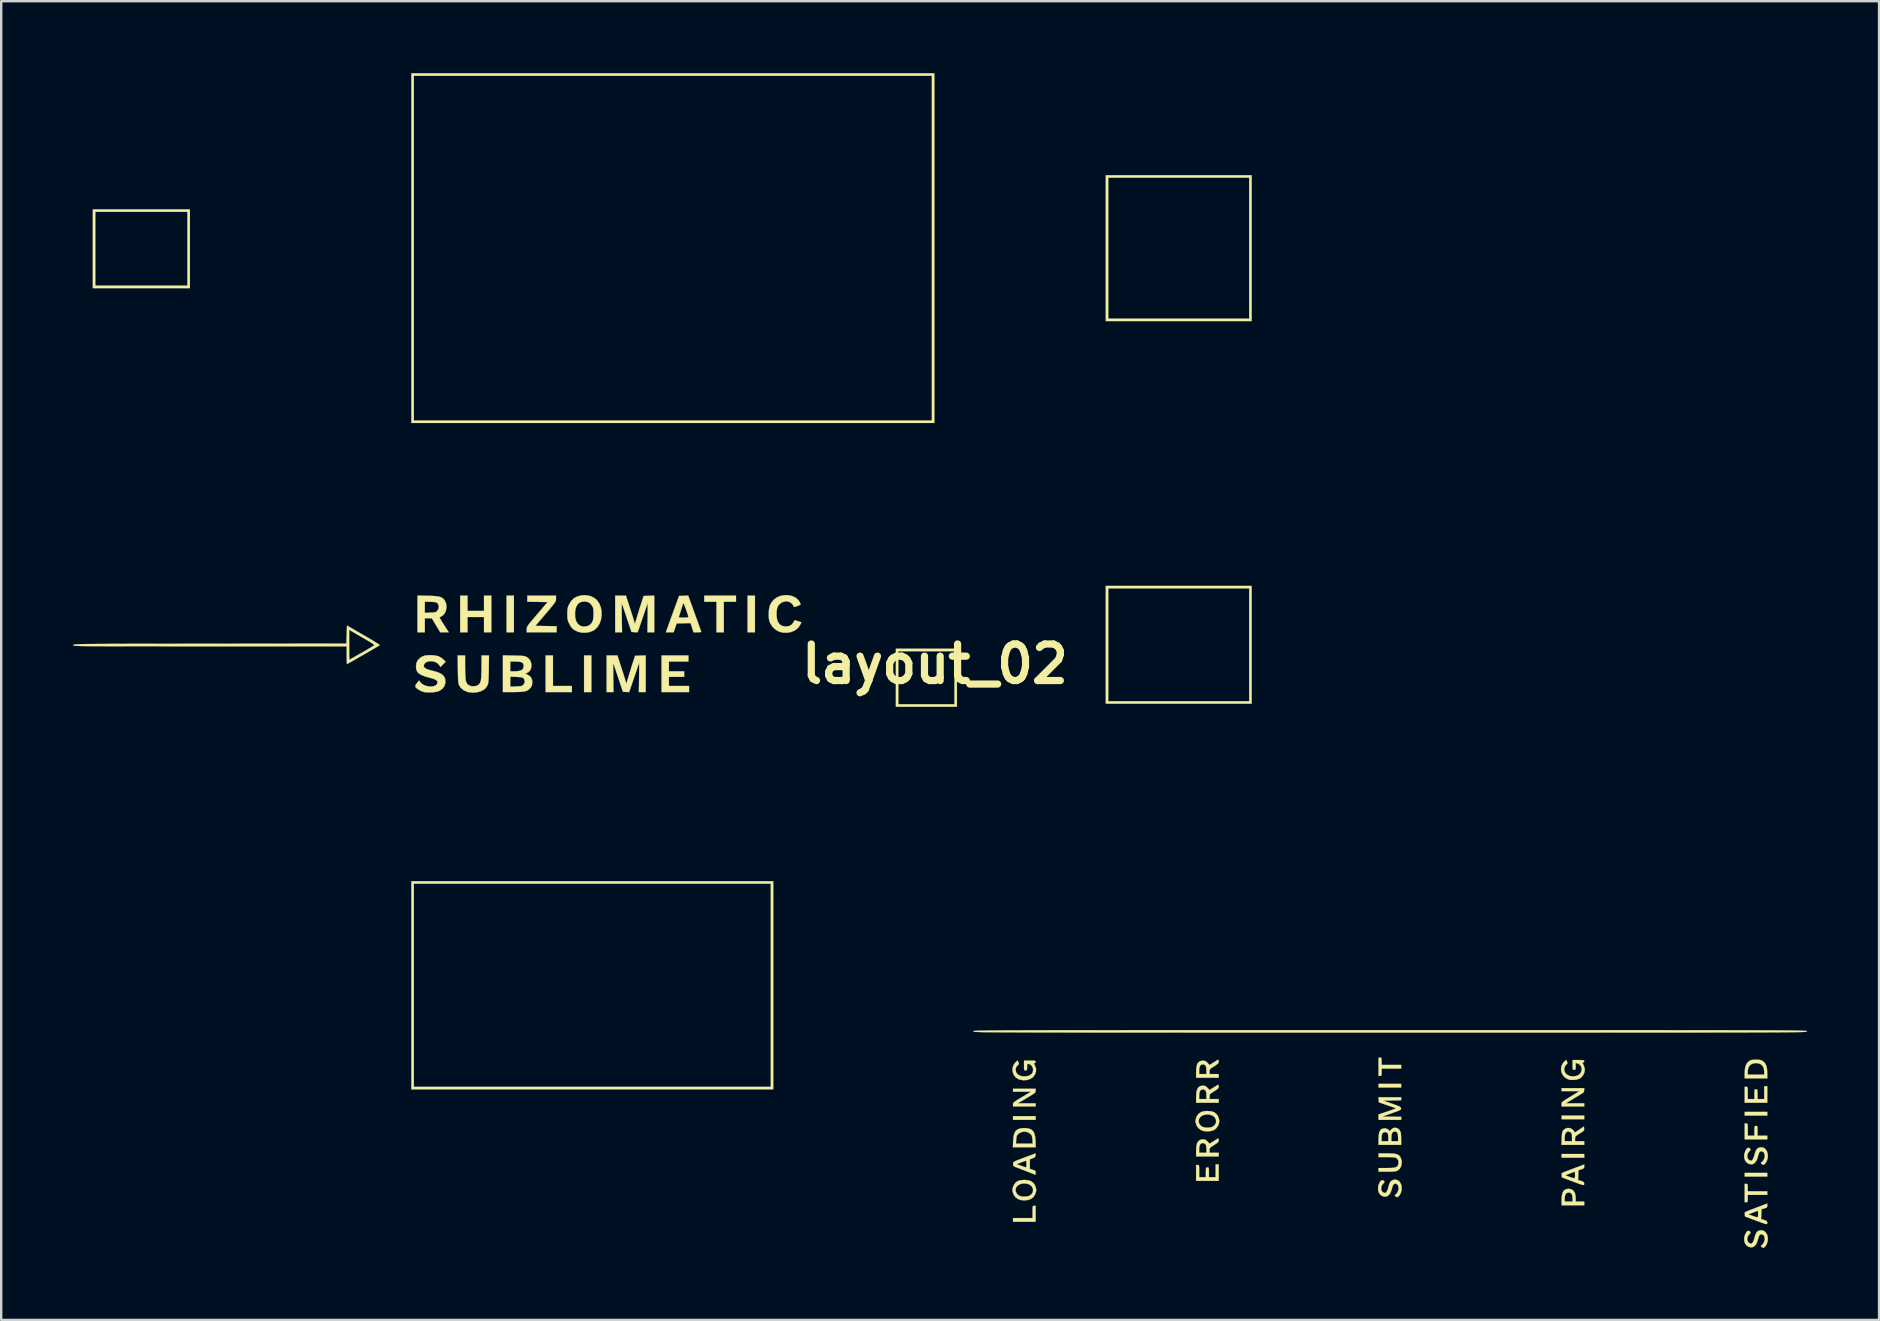
<source format=kicad_pcb>
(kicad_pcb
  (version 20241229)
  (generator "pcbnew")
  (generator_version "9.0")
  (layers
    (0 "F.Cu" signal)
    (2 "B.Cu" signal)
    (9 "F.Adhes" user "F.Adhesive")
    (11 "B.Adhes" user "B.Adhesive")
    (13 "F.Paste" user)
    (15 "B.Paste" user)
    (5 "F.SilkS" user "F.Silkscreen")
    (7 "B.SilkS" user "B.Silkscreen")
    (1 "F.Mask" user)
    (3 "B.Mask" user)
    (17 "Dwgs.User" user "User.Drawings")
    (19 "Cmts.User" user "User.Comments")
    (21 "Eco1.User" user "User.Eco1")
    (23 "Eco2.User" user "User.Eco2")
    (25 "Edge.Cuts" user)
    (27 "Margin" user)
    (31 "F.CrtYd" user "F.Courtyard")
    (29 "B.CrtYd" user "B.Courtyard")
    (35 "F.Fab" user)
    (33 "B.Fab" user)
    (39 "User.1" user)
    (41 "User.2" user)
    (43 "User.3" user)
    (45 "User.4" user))
  (footprint "layout_02"
    (layer "F.Cu")
    (at 35.906 24.617)
    (property "Reference" "layout_02" (at 0 0 0) (layer "F.SilkS") (effects (font (size 1.524 1.524) (thickness 0.3))))
    (attr through_hole)
    (fp_poly (pts (xy -17.544 -1.322) (xy -17.849 -1.322) (xy -17.849 -2.848) (xy -17.544 -2.848) (xy -17.544 -1.322)) (stroke (width 0.01) (type solid)) (fill yes) (layer "F.SilkS"))
    (fp_poly (pts (xy -14.315 1.17) (xy -14.62 1.17) (xy -14.62 -0.356) (xy -14.315 -0.356) (xy -14.315 1.17)) (stroke (width 0.01) (type solid)) (fill yes) (layer "F.SilkS"))
    (fp_poly (pts (xy -7.5 -1.322) (xy -7.806 -1.322) (xy -7.806 -2.848) (xy -7.5 -2.848) (xy -7.5 -1.322)) (stroke (width 0.01) (type solid)) (fill yes) (layer "F.SilkS"))
    (fp_poly (pts (xy 4.195 18.993) (xy 3.254 18.993) (xy 3.254 18.84) (xy 4.195 18.84) (xy 4.195 18.993)) (stroke (width 0.01) (type solid)) (fill yes) (layer "F.SilkS"))
    (fp_poly (pts (xy 19.425 17.645) (xy 18.484 17.645) (xy 18.484 17.493) (xy 19.425 17.493) (xy 19.425 17.645)) (stroke (width 0.01) (type solid)) (fill yes) (layer "F.SilkS"))
    (fp_poly (pts (xy 27.053 18.967) (xy 26.112 18.967) (xy 26.112 18.815) (xy 27.053 18.815) (xy 27.053 18.967)) (stroke (width 0.01) (type solid)) (fill yes) (layer "F.SilkS"))
    (fp_poly (pts (xy 27.053 20.569) (xy 26.112 20.569) (xy 26.112 20.417) (xy 27.053 20.417) (xy 27.053 20.569)) (stroke (width 0.01) (type solid)) (fill yes) (layer "F.SilkS"))
    (fp_poly (pts (xy 34.68 18.815) (xy 33.74 18.815) (xy 33.74 18.662) (xy 34.68 18.662) (xy 34.68 18.815)) (stroke (width 0.01) (type solid)) (fill yes) (layer "F.SilkS"))
    (fp_poly (pts (xy 34.68 21.357) (xy 33.74 21.357) (xy 33.74 21.205) (xy 34.68 21.205) (xy 34.68 21.357)) (stroke (width 0.01) (type solid)) (fill yes) (layer "F.SilkS"))
    (fp_poly (pts (xy -15.916 0.915) (xy -15.128 0.915) (xy -15.128 1.17) (xy -16.221 1.17) (xy -16.221 -0.356) (xy -15.916 -0.356) (xy -15.916 0.915)) (stroke (width 0.01) (type solid)) (fill yes) (layer "F.SilkS"))
    (fp_poly (pts (xy -8.289 -2.593) (xy -8.797 -2.593) (xy -8.797 -1.322) (xy -9.102 -1.322) (xy -9.102 -2.593) (xy -9.611 -2.593) (xy -9.611 -2.848) (xy -8.289 -2.848) (xy -8.289 -2.593)) (stroke (width 0.01) (type solid)) (fill yes) (layer "F.SilkS"))
    (fp_poly (pts (xy -31.044 -15.662) (xy -35.087 -15.662) (xy -35.087 -18.84) (xy -34.985 -18.84) (xy -34.985 -15.764) (xy -31.146 -15.764) (xy -31.146 -18.84) (xy -34.985 -18.84) (xy -35.087 -18.84) (xy -35.087 -18.942) (xy -31.044 -18.942) (xy -31.044 -15.662)) (stroke (width 0.01) (type solid)) (fill yes) (layer "F.SilkS"))
    (fp_poly (pts (xy -6.738 17.722) (xy -21.815 17.722) (xy -21.815 9.153) (xy -21.713 9.153) (xy -21.713 17.62) (xy -6.839 17.62) (xy -6.839 9.153) (xy -21.713 9.153) (xy -21.815 9.153) (xy -21.815 9.051) (xy -6.738 9.051) (xy -6.738 17.722)) (stroke (width 0.01) (type solid)) (fill yes) (layer "F.SilkS"))
    (fp_poly (pts (xy -0.025 -10.043) (xy -21.815 -10.043) (xy -21.815 -24.51) (xy -21.713 -24.51) (xy -21.713 -10.145) (xy -0.127 -10.145) (xy -0.127 -24.51) (xy -21.713 -24.51) (xy -21.815 -24.51) (xy -21.815 -24.612) (xy -0.025 -24.612) (xy -0.025 -10.043)) (stroke (width 0.01) (type solid)) (fill yes) (layer "F.SilkS"))
    (fp_poly (pts (xy 0.915 1.78) (xy -1.627 1.78) (xy -1.627 -0.534) (xy -1.526 -0.534) (xy -1.526 1.678) (xy 0.814 1.678) (xy 0.814 -0.534) (xy -1.526 -0.534) (xy -1.627 -0.534) (xy -1.627 -0.636) (xy 0.915 -0.636) (xy 0.915 1.78)) (stroke (width 0.01) (type solid)) (fill yes) (layer "F.SilkS"))
    (fp_poly (pts (xy 13.196 -14.289) (xy 7.119 -14.289) (xy 7.119 -20.264) (xy 7.221 -20.264) (xy 7.221 -14.391) (xy 13.094 -14.391) (xy 13.094 -20.264) (xy 7.221 -20.264) (xy 7.119 -20.264) (xy 7.119 -20.366) (xy 13.196 -20.366) (xy 13.196 -14.289)) (stroke (width 0.01) (type solid)) (fill yes) (layer "F.SilkS"))
    (fp_poly (pts (xy 13.196 1.653) (xy 7.119 1.653) (xy 7.119 -3.153) (xy 7.221 -3.153) (xy 7.221 1.551) (xy 13.094 1.551) (xy 13.094 -3.153) (xy 7.221 -3.153) (xy 7.119 -3.153) (xy 7.119 -3.254) (xy 13.196 -3.254) (xy 13.196 1.653)) (stroke (width 0.01) (type solid)) (fill yes) (layer "F.SilkS"))
    (fp_poly (pts (xy -19.476 -2.212) (xy -18.789 -2.212) (xy -18.789 -2.848) (xy -18.484 -2.848) (xy -18.484 -1.322) (xy -18.789 -1.322) (xy -18.789 -1.958) (xy -19.476 -1.958) (xy -19.476 -1.322) (xy -19.781 -1.322) (xy -19.781 -2.848) (xy -19.476 -2.848) (xy -19.476 -2.212)) (stroke (width 0.01) (type solid)) (fill yes) (layer "F.SilkS"))
    (fp_poly (pts (xy -10.272 -0.102) (xy -11.085 -0.102) (xy -11.085 0.305) (xy -10.45 0.305) (xy -10.45 0.534) (xy -11.085 0.534) (xy -11.085 0.915) (xy -10.246 0.915) (xy -10.246 1.17) (xy -11.391 1.17) (xy -11.391 -0.356) (xy -10.272 -0.356) (xy -10.272 -0.102)) (stroke (width 0.01) (type solid)) (fill yes) (layer "F.SilkS"))
    (fp_poly (pts (xy 4.195 23.239) (xy 3.254 23.239) (xy 3.254 23.086) (xy 4.068 23.086) (xy 4.068 22.832) (xy 4.068 22.717) (xy 4.071 22.643) (xy 4.079 22.601) (xy 4.093 22.583) (xy 4.116 22.578) (xy 4.132 22.578) (xy 4.195 22.578) (xy 4.195 23.239)) (stroke (width 0.01) (type solid)) (fill yes) (layer "F.SilkS"))
    (fp_poly (pts (xy 18.583 16.403) (xy 18.602 16.42) (xy 18.61 16.464) (xy 18.611 16.547) (xy 18.611 16.552) (xy 18.611 16.705) (xy 19.425 16.705) (xy 19.425 16.857) (xy 18.611 16.857) (xy 18.611 17.01) (xy 18.61 17.094) (xy 18.603 17.14) (xy 18.584 17.158) (xy 18.55 17.162) (xy 18.548 17.162) (xy 18.484 17.162) (xy 18.484 16.399) (xy 18.548 16.399) (xy 18.583 16.403)) (stroke (width 0.01) (type solid)) (fill yes) (layer "F.SilkS"))
    (fp_poly (pts (xy 33.838 21.666) (xy 33.857 21.683) (xy 33.865 21.727) (xy 33.867 21.81) (xy 33.867 21.815) (xy 33.867 21.968) (xy 34.68 21.968) (xy 34.68 22.12) (xy 33.867 22.12) (xy 33.867 22.273) (xy 33.865 22.357) (xy 33.858 22.403) (xy 33.84 22.422) (xy 33.805 22.425) (xy 33.803 22.425) (xy 33.74 22.425) (xy 33.74 21.662) (xy 33.803 21.662) (xy 33.838 21.666)) (stroke (width 0.01) (type solid)) (fill yes) (layer "F.SilkS"))
    (fp_poly (pts (xy 4.195 17.78) (xy 4.193 17.811) (xy 4.184 17.839) (xy 4.16 17.868) (xy 4.116 17.903) (xy 4.046 17.949) (xy 3.944 18.012) (xy 3.822 18.085) (xy 3.449 18.306) (xy 4.195 18.306) (xy 4.195 18.433) (xy 3.254 18.433) (xy 3.254 18.35) (xy 3.256 18.318) (xy 3.266 18.291) (xy 3.29 18.262) (xy 3.333 18.227) (xy 3.403 18.18) (xy 3.506 18.118) (xy 3.628 18.045) (xy 4.001 17.823) (xy 3.254 17.823) (xy 3.254 17.696) (xy 4.195 17.696) (xy 4.195 17.78)) (stroke (width 0.01) (type solid)) (fill yes) (layer "F.SilkS"))
    (fp_poly (pts (xy 33.832 19.147) (xy 33.85 19.158) (xy 33.861 19.187) (xy 33.865 19.244) (xy 33.867 19.339) (xy 33.867 19.4) (xy 33.867 19.654) (xy 34.146 19.654) (xy 34.146 19.45) (xy 34.147 19.35) (xy 34.151 19.289) (xy 34.162 19.259) (xy 34.183 19.248) (xy 34.21 19.247) (xy 34.241 19.249) (xy 34.26 19.263) (xy 34.27 19.298) (xy 34.273 19.365) (xy 34.273 19.45) (xy 34.273 19.654) (xy 34.68 19.654) (xy 34.68 19.806) (xy 33.74 19.806) (xy 33.74 19.145) (xy 33.803 19.145) (xy 33.832 19.147)) (stroke (width 0.01) (type solid)) (fill yes) (layer "F.SilkS"))
    (fp_poly (pts (xy 27.053 17.754) (xy 27.036 17.831) (xy 26.995 17.873) (xy 26.954 17.899) (xy 26.878 17.945) (xy 26.778 18.006) (xy 26.662 18.077) (xy 26.611 18.108) (xy 26.284 18.306) (xy 27.053 18.306) (xy 27.053 18.433) (xy 26.112 18.433) (xy 26.112 18.345) (xy 26.112 18.314) (xy 26.115 18.289) (xy 26.128 18.265) (xy 26.154 18.237) (xy 26.199 18.203) (xy 26.27 18.156) (xy 26.37 18.094) (xy 26.505 18.012) (xy 26.593 17.959) (xy 26.858 17.798) (xy 26.112 17.798) (xy 26.112 17.671) (xy 27.053 17.671) (xy 27.053 17.754)) (stroke (width 0.01) (type solid)) (fill yes) (layer "F.SilkS"))
    (fp_poly (pts (xy 11.823 21.535) (xy 10.882 21.535) (xy 10.882 20.874) (xy 10.946 20.874) (xy 10.974 20.876) (xy 10.993 20.887) (xy 11.003 20.916) (xy 11.008 20.973) (xy 11.009 21.068) (xy 11.009 21.129) (xy 11.009 21.383) (xy 11.289 21.383) (xy 11.289 21.179) (xy 11.29 21.078) (xy 11.294 21.018) (xy 11.305 20.988) (xy 11.326 20.977) (xy 11.352 20.976) (xy 11.384 20.978) (xy 11.403 20.992) (xy 11.412 21.027) (xy 11.416 21.094) (xy 11.416 21.179) (xy 11.416 21.383) (xy 11.696 21.383) (xy 11.696 20.849) (xy 11.823 20.849) (xy 11.823 21.535)) (stroke (width 0.01) (type solid)) (fill yes) (layer "F.SilkS"))
    (fp_poly (pts (xy 34.68 18.281) (xy 33.74 18.281) (xy 33.74 17.62) (xy 33.803 17.62) (xy 33.832 17.621) (xy 33.85 17.632) (xy 33.861 17.662) (xy 33.865 17.719) (xy 33.867 17.813) (xy 33.867 17.874) (xy 33.867 18.128) (xy 34.146 18.128) (xy 34.146 17.925) (xy 34.147 17.824) (xy 34.151 17.764) (xy 34.162 17.733) (xy 34.183 17.723) (xy 34.21 17.722) (xy 34.241 17.724) (xy 34.26 17.737) (xy 34.27 17.772) (xy 34.273 17.839) (xy 34.273 17.925) (xy 34.273 18.128) (xy 34.553 18.128) (xy 34.553 17.594) (xy 34.68 17.594) (xy 34.68 18.281)) (stroke (width 0.01) (type solid)) (fill yes) (layer "F.SilkS"))
    (fp_poly (pts (xy -15.789 -2.723) (xy -15.79 -2.684) (xy -15.794 -2.65) (xy -15.806 -2.614) (xy -15.829 -2.572) (xy -15.868 -2.517) (xy -15.924 -2.444) (xy -16.004 -2.348) (xy -16.109 -2.223) (xy -16.219 -2.094) (xy -16.649 -1.589) (xy -16.206 -1.582) (xy -15.764 -1.575) (xy -15.764 -1.322) (xy -17.01 -1.322) (xy -17.009 -1.443) (xy -17.008 -1.48) (xy -17.003 -1.514) (xy -16.99 -1.551) (xy -16.965 -1.594) (xy -16.925 -1.651) (xy -16.866 -1.726) (xy -16.784 -1.824) (xy -16.676 -1.952) (xy -16.573 -2.072) (xy -16.139 -2.581) (xy -16.984 -2.595) (xy -16.984 -2.848) (xy -15.789 -2.848) (xy -15.789 -2.723)) (stroke (width 0.01) (type solid)) (fill yes) (layer "F.SilkS"))
    (fp_poly (pts (xy 26.521 21.887) (xy 26.609 21.949) (xy 26.667 22.051) (xy 26.694 22.193) (xy 26.697 22.259) (xy 26.697 22.4) (xy 27.053 22.4) (xy 27.053 22.552) (xy 26.112 22.552) (xy 26.112 22.335) (xy 26.116 22.26) (xy 26.239 22.26) (xy 26.239 22.4) (xy 26.57 22.4) (xy 26.57 22.266) (xy 26.557 22.142) (xy 26.517 22.061) (xy 26.452 22.022) (xy 26.416 22.018) (xy 26.328 22.038) (xy 26.27 22.097) (xy 26.242 22.197) (xy 26.239 22.26) (xy 26.116 22.26) (xy 26.122 22.16) (xy 26.152 22.029) (xy 26.206 21.939) (xy 26.284 21.886) (xy 26.39 21.866) (xy 26.404 21.866) (xy 26.521 21.887)) (stroke (width 0.01) (type solid)) (fill yes) (layer "F.SilkS"))
    (fp_poly (pts (xy 3.878 19.348) (xy 3.996 19.385) (xy 4.082 19.454) (xy 4.141 19.557) (xy 4.176 19.7) (xy 4.191 19.876) (xy 4.201 20.137) (xy 3.249 20.137) (xy 3.254 19.984) (xy 3.376 19.984) (xy 4.074 19.984) (xy 4.064 19.82) (xy 4.052 19.717) (xy 4.032 19.648) (xy 3.996 19.595) (xy 3.992 19.591) (xy 3.891 19.518) (xy 3.771 19.484) (xy 3.646 19.491) (xy 3.528 19.538) (xy 3.477 19.576) (xy 3.433 19.621) (xy 3.407 19.667) (xy 3.393 19.733) (xy 3.386 19.816) (xy 3.376 19.984) (xy 3.254 19.984) (xy 3.258 19.876) (xy 3.275 19.692) (xy 3.311 19.551) (xy 3.371 19.449) (xy 3.459 19.383) (xy 3.579 19.346) (xy 3.725 19.336) (xy 3.878 19.348)) (stroke (width 0.01) (type solid)) (fill yes) (layer "F.SilkS"))
    (fp_poly (pts (xy 18.834 20.391) (xy 19.01 20.394) (xy 19.143 20.404) (xy 19.241 20.424) (xy 19.312 20.456) (xy 19.364 20.502) (xy 19.404 20.566) (xy 19.406 20.569) (xy 19.445 20.693) (xy 19.448 20.822) (xy 19.417 20.943) (xy 19.356 21.044) (xy 19.272 21.109) (xy 19.225 21.128) (xy 19.163 21.141) (xy 19.079 21.149) (xy 18.962 21.153) (xy 18.834 21.154) (xy 18.484 21.154) (xy 18.484 21.001) (xy 18.814 21.001) (xy 18.977 20.999) (xy 19.097 20.991) (xy 19.182 20.976) (xy 19.24 20.951) (xy 19.277 20.915) (xy 19.295 20.883) (xy 19.32 20.78) (xy 19.305 20.683) (xy 19.255 20.606) (xy 19.205 20.572) (xy 19.155 20.561) (xy 19.065 20.552) (xy 18.946 20.546) (xy 18.814 20.544) (xy 18.484 20.544) (xy 18.484 20.391) (xy 18.834 20.391)) (stroke (width 0.01) (type solid)) (fill yes) (layer "F.SilkS"))
    (fp_poly (pts (xy 34.319 16.491) (xy 34.394 16.5) (xy 34.449 16.519) (xy 34.499 16.549) (xy 34.582 16.628) (xy 34.638 16.731) (xy 34.669 16.866) (xy 34.68 17.04) (xy 34.68 17.041) (xy 34.68 17.264) (xy 33.74 17.264) (xy 33.74 17.041) (xy 33.744 16.983) (xy 33.867 16.983) (xy 33.867 17.111) (xy 34.553 17.111) (xy 34.553 16.983) (xy 34.534 16.841) (xy 34.479 16.735) (xy 34.389 16.664) (xy 34.264 16.631) (xy 34.21 16.628) (xy 34.073 16.648) (xy 33.97 16.705) (xy 33.901 16.798) (xy 33.869 16.927) (xy 33.867 16.983) (xy 33.744 16.983) (xy 33.75 16.867) (xy 33.782 16.732) (xy 33.838 16.629) (xy 33.92 16.55) (xy 33.921 16.549) (xy 33.973 16.518) (xy 34.029 16.499) (xy 34.105 16.49) (xy 34.21 16.488) (xy 34.319 16.491)) (stroke (width 0.01) (type solid)) (fill yes) (layer "F.SilkS"))
    (fp_poly (pts (xy 19.425 18.178) (xy 19.052 18.185) (xy 18.679 18.192) (xy 19.046 18.321) (xy 19.187 18.371) (xy 19.287 18.409) (xy 19.353 18.439) (xy 19.392 18.463) (xy 19.412 18.486) (xy 19.42 18.512) (xy 19.42 18.514) (xy 19.421 18.539) (xy 19.411 18.56) (xy 19.386 18.581) (xy 19.337 18.606) (xy 19.258 18.637) (xy 19.143 18.679) (xy 19.026 18.721) (xy 18.624 18.863) (xy 19.025 18.864) (xy 19.425 18.866) (xy 19.425 18.993) (xy 18.484 18.993) (xy 18.484 18.768) (xy 18.694 18.698) (xy 18.869 18.639) (xy 19.001 18.594) (xy 19.095 18.56) (xy 19.157 18.537) (xy 19.191 18.521) (xy 19.203 18.511) (xy 19.198 18.503) (xy 19.181 18.497) (xy 19.177 18.496) (xy 19.132 18.481) (xy 19.05 18.454) (xy 18.943 18.417) (xy 18.821 18.375) (xy 18.809 18.371) (xy 18.497 18.263) (xy 18.489 18.158) (xy 18.481 18.052) (xy 19.425 18.052) (xy 19.425 18.178)) (stroke (width 0.01) (type solid)) (fill yes) (layer "F.SilkS"))
    (fp_poly (pts (xy 27.048 19.354) (xy 27.051 19.393) (xy 27.046 19.423) (xy 27.026 19.451) (xy 26.983 19.485) (xy 26.909 19.533) (xy 26.826 19.584) (xy 26.745 19.636) (xy 26.699 19.674) (xy 26.678 19.71) (xy 26.672 19.758) (xy 26.671 19.781) (xy 26.671 19.883) (xy 27.053 19.883) (xy 27.053 20.035) (xy 26.107 20.035) (xy 26.116 19.77) (xy 26.118 19.73) (xy 26.239 19.73) (xy 26.239 19.883) (xy 26.544 19.883) (xy 26.544 19.719) (xy 26.542 19.626) (xy 26.531 19.569) (xy 26.509 19.533) (xy 26.488 19.515) (xy 26.404 19.478) (xy 26.334 19.487) (xy 26.28 19.539) (xy 26.247 19.631) (xy 26.239 19.73) (xy 26.118 19.73) (xy 26.122 19.643) (xy 26.131 19.556) (xy 26.145 19.495) (xy 26.166 19.45) (xy 26.178 19.433) (xy 26.26 19.362) (xy 26.359 19.33) (xy 26.462 19.338) (xy 26.556 19.385) (xy 26.61 19.443) (xy 26.664 19.523) (xy 26.852 19.398) (xy 27.04 19.272) (xy 27.048 19.354)) (stroke (width 0.01) (type solid)) (fill yes) (layer "F.SilkS"))
    (fp_poly (pts (xy 11.814 16.493) (xy 11.822 16.538) (xy 11.823 16.557) (xy 11.819 16.6) (xy 11.802 16.635) (xy 11.764 16.672) (xy 11.696 16.72) (xy 11.632 16.761) (xy 11.541 16.819) (xy 11.485 16.861) (xy 11.455 16.896) (xy 11.443 16.933) (xy 11.441 16.983) (xy 11.441 17.086) (xy 11.823 17.086) (xy 11.823 17.238) (xy 10.882 17.238) (xy 10.882 17.009) (xy 10.886 16.939) (xy 11.009 16.939) (xy 11.009 17.086) (xy 11.314 17.086) (xy 11.314 16.929) (xy 11.305 16.807) (xy 11.273 16.729) (xy 11.218 16.688) (xy 11.159 16.679) (xy 11.085 16.699) (xy 11.037 16.761) (xy 11.012 16.865) (xy 11.009 16.939) (xy 10.886 16.939) (xy 10.891 16.831) (xy 10.92 16.698) (xy 10.97 16.605) (xy 11.044 16.549) (xy 11.145 16.527) (xy 11.171 16.527) (xy 11.243 16.535) (xy 11.302 16.566) (xy 11.356 16.618) (xy 11.442 16.709) (xy 11.601 16.609) (xy 11.683 16.558) (xy 11.75 16.516) (xy 11.789 16.492) (xy 11.791 16.491) (xy 11.814 16.493)) (stroke (width 0.01) (type solid)) (fill yes) (layer "F.SilkS"))
    (fp_poly (pts (xy 11.814 17.536) (xy 11.822 17.581) (xy 11.823 17.599) (xy 11.819 17.642) (xy 11.802 17.678) (xy 11.764 17.715) (xy 11.696 17.762) (xy 11.632 17.803) (xy 11.541 17.862) (xy 11.485 17.903) (xy 11.455 17.938) (xy 11.443 17.975) (xy 11.441 18.025) (xy 11.441 18.128) (xy 11.823 18.128) (xy 11.823 18.281) (xy 10.882 18.281) (xy 10.882 18.051) (xy 10.886 17.981) (xy 11.009 17.981) (xy 11.009 18.128) (xy 11.314 18.128) (xy 11.314 17.971) (xy 11.305 17.85) (xy 11.273 17.771) (xy 11.218 17.73) (xy 11.159 17.722) (xy 11.085 17.742) (xy 11.037 17.803) (xy 11.012 17.908) (xy 11.009 17.981) (xy 10.886 17.981) (xy 10.891 17.874) (xy 10.92 17.74) (xy 10.97 17.648) (xy 11.044 17.592) (xy 11.145 17.57) (xy 11.171 17.569) (xy 11.243 17.577) (xy 11.302 17.608) (xy 11.356 17.66) (xy 11.442 17.751) (xy 11.601 17.652) (xy 11.683 17.601) (xy 11.75 17.559) (xy 11.789 17.535) (xy 11.791 17.534) (xy 11.814 17.536)) (stroke (width 0.01) (type solid)) (fill yes) (layer "F.SilkS"))
    (fp_poly (pts (xy 11.814 19.773) (xy 11.822 19.818) (xy 11.823 19.837) (xy 11.819 19.88) (xy 11.802 19.915) (xy 11.764 19.952) (xy 11.696 20) (xy 11.632 20.041) (xy 11.541 20.099) (xy 11.485 20.141) (xy 11.455 20.175) (xy 11.443 20.213) (xy 11.441 20.263) (xy 11.441 20.366) (xy 11.823 20.366) (xy 11.823 20.518) (xy 10.882 20.518) (xy 10.882 20.289) (xy 10.886 20.219) (xy 11.009 20.219) (xy 11.009 20.366) (xy 11.314 20.366) (xy 11.314 20.209) (xy 11.305 20.087) (xy 11.273 20.008) (xy 11.218 19.968) (xy 11.159 19.959) (xy 11.085 19.979) (xy 11.037 20.041) (xy 11.012 20.145) (xy 11.009 20.219) (xy 10.886 20.219) (xy 10.891 20.111) (xy 10.92 19.978) (xy 10.97 19.885) (xy 11.044 19.829) (xy 11.145 19.807) (xy 11.171 19.806) (xy 11.243 19.814) (xy 11.302 19.846) (xy 11.356 19.897) (xy 11.442 19.989) (xy 11.601 19.889) (xy 11.683 19.838) (xy 11.75 19.796) (xy 11.789 19.772) (xy 11.791 19.771) (xy 11.814 19.773)) (stroke (width 0.01) (type solid)) (fill yes) (layer "F.SilkS"))
    (fp_poly (pts (xy -21.122 -2.843) (xy -20.928 -2.837) (xy -20.778 -2.826) (xy -20.663 -2.808) (xy -20.576 -2.781) (xy -20.51 -2.742) (xy -20.456 -2.688) (xy -20.414 -2.628) (xy -20.365 -2.508) (xy -20.352 -2.376) (xy -20.371 -2.244) (xy -20.42 -2.124) (xy -20.496 -2.03) (xy -20.553 -1.992) (xy -20.608 -1.963) (xy -20.641 -1.944) (xy -20.642 -1.943) (xy -20.633 -1.919) (xy -20.597 -1.856) (xy -20.539 -1.76) (xy -20.459 -1.634) (xy -20.362 -1.482) (xy -20.296 -1.379) (xy -20.258 -1.322) (xy -20.613 -1.322) (xy -20.788 -1.614) (xy -20.963 -1.905) (xy -21.256 -1.907) (xy -21.256 -1.322) (xy -21.561 -1.322) (xy -21.561 -2.13) (xy -21.256 -2.13) (xy -21.023 -2.141) (xy -20.911 -2.147) (xy -20.838 -2.156) (xy -20.79 -2.17) (xy -20.756 -2.194) (xy -20.731 -2.221) (xy -20.682 -2.312) (xy -20.674 -2.412) (xy -20.708 -2.505) (xy -20.719 -2.521) (xy -20.747 -2.549) (xy -20.782 -2.567) (xy -20.836 -2.579) (xy -20.921 -2.586) (xy -21.012 -2.589) (xy -21.256 -2.598) (xy -21.256 -2.13) (xy -21.561 -2.13) (xy -21.561 -2.852) (xy -21.122 -2.843)) (stroke (width 0.01) (type solid)) (fill yes) (layer "F.SilkS"))
    (fp_poly (pts (xy -19.576 0.121) (xy -19.573 0.294) (xy -19.568 0.449) (xy -19.56 0.579) (xy -19.551 0.672) (xy -19.544 0.71) (xy -19.496 0.819) (xy -19.42 0.889) (xy -19.311 0.923) (xy -19.234 0.928) (xy -19.104 0.912) (xy -19.011 0.862) (xy -18.948 0.775) (xy -18.925 0.71) (xy -18.914 0.644) (xy -18.905 0.536) (xy -18.899 0.397) (xy -18.894 0.234) (xy -18.893 0.121) (xy -18.891 -0.356) (xy -18.582 -0.356) (xy -18.59 0.222) (xy -18.593 0.41) (xy -18.597 0.555) (xy -18.601 0.663) (xy -18.607 0.743) (xy -18.616 0.801) (xy -18.628 0.845) (xy -18.643 0.883) (xy -18.655 0.907) (xy -18.708 0.986) (xy -18.772 1.054) (xy -18.791 1.069) (xy -18.926 1.138) (xy -19.088 1.18) (xy -19.263 1.193) (xy -19.433 1.174) (xy -19.493 1.159) (xy -19.646 1.089) (xy -19.761 0.986) (xy -19.813 0.907) (xy -19.832 0.869) (xy -19.846 0.83) (xy -19.856 0.782) (xy -19.864 0.717) (xy -19.869 0.628) (xy -19.873 0.507) (xy -19.876 0.348) (xy -19.878 0.222) (xy -19.887 -0.356) (xy -19.578 -0.356) (xy -19.576 0.121)) (stroke (width 0.01) (type solid)) (fill yes) (layer "F.SilkS"))
    (fp_poly (pts (xy 19.266 19.341) (xy 19.342 19.397) (xy 19.396 19.484) (xy 19.409 19.53) (xy 19.417 19.593) (xy 19.422 19.689) (xy 19.425 19.798) (xy 19.425 19.822) (xy 19.425 20.035) (xy 18.484 20.035) (xy 18.484 19.806) (xy 18.487 19.732) (xy 18.611 19.732) (xy 18.611 19.883) (xy 18.891 19.883) (xy 18.891 19.741) (xy 18.89 19.721) (xy 19.018 19.721) (xy 19.018 19.883) (xy 19.298 19.883) (xy 19.298 19.719) (xy 19.289 19.599) (xy 19.262 19.522) (xy 19.213 19.483) (xy 19.165 19.476) (xy 19.092 19.493) (xy 19.046 19.546) (xy 19.022 19.639) (xy 19.018 19.721) (xy 18.89 19.721) (xy 18.884 19.624) (xy 18.861 19.549) (xy 18.818 19.51) (xy 18.765 19.501) (xy 18.689 19.515) (xy 18.641 19.559) (xy 18.617 19.64) (xy 18.611 19.732) (xy 18.487 19.732) (xy 18.491 19.636) (xy 18.514 19.511) (xy 18.556 19.425) (xy 18.619 19.373) (xy 18.707 19.351) (xy 18.752 19.349) (xy 18.841 19.366) (xy 18.898 19.409) (xy 18.951 19.469) (xy 19.012 19.396) (xy 19.09 19.337) (xy 19.178 19.32) (xy 19.266 19.341)) (stroke (width 0.01) (type solid)) (fill yes) (layer "F.SilkS"))
    (fp_poly (pts (xy 3.887 21.51) (xy 4.011 21.552) (xy 4.104 21.625) (xy 4.163 21.714) (xy 4.198 21.801) (xy 4.219 21.889) (xy 4.221 21.917) (xy 4.209 21.996) (xy 4.179 22.087) (xy 4.163 22.121) (xy 4.08 22.233) (xy 3.963 22.307) (xy 3.811 22.344) (xy 3.725 22.349) (xy 3.584 22.336) (xy 3.464 22.295) (xy 3.457 22.292) (xy 3.353 22.213) (xy 3.275 22.101) (xy 3.234 21.973) (xy 3.229 21.917) (xy 3.356 21.917) (xy 3.378 22.01) (xy 3.435 22.097) (xy 3.512 22.157) (xy 3.517 22.159) (xy 3.627 22.188) (xy 3.757 22.193) (xy 3.88 22.176) (xy 3.927 22.16) (xy 4.019 22.099) (xy 4.073 22.015) (xy 4.09 21.92) (xy 4.069 21.825) (xy 4.012 21.741) (xy 3.919 21.68) (xy 3.916 21.678) (xy 3.784 21.644) (xy 3.655 21.645) (xy 3.54 21.675) (xy 3.445 21.732) (xy 3.381 21.813) (xy 3.356 21.912) (xy 3.356 21.917) (xy 3.229 21.917) (xy 3.241 21.838) (xy 3.271 21.746) (xy 3.286 21.714) (xy 3.359 21.611) (xy 3.456 21.543) (xy 3.586 21.506) (xy 3.725 21.497) (xy 3.887 21.51)) (stroke (width 0.01) (type solid)) (fill yes) (layer "F.SilkS"))
    (fp_poly (pts (xy 11.514 18.637) (xy 11.639 18.679) (xy 11.732 18.752) (xy 11.791 18.841) (xy 11.826 18.928) (xy 11.846 19.016) (xy 11.848 19.044) (xy 11.836 19.122) (xy 11.807 19.214) (xy 11.791 19.248) (xy 11.708 19.36) (xy 11.59 19.434) (xy 11.439 19.471) (xy 11.352 19.476) (xy 11.211 19.463) (xy 11.091 19.422) (xy 11.085 19.419) (xy 10.98 19.34) (xy 10.903 19.228) (xy 10.861 19.1) (xy 10.857 19.044) (xy 10.984 19.044) (xy 11.006 19.137) (xy 11.062 19.224) (xy 11.139 19.284) (xy 11.144 19.286) (xy 11.255 19.315) (xy 11.385 19.32) (xy 11.508 19.303) (xy 11.555 19.287) (xy 11.646 19.226) (xy 11.7 19.142) (xy 11.717 19.047) (xy 11.697 18.952) (xy 11.64 18.868) (xy 11.547 18.807) (xy 11.544 18.805) (xy 11.412 18.771) (xy 11.283 18.771) (xy 11.167 18.802) (xy 11.073 18.859) (xy 11.009 18.939) (xy 10.984 19.039) (xy 10.984 19.044) (xy 10.857 19.044) (xy 10.869 18.965) (xy 10.899 18.873) (xy 10.914 18.841) (xy 10.986 18.738) (xy 11.084 18.67) (xy 11.214 18.633) (xy 11.352 18.624) (xy 11.514 18.637)) (stroke (width 0.01) (type solid)) (fill yes) (layer "F.SilkS"))
    (fp_poly (pts (xy -10.01 -2.101) (xy -9.943 -1.917) (xy -9.882 -1.748) (xy -9.829 -1.601) (xy -9.786 -1.48) (xy -9.756 -1.393) (xy -9.74 -1.345) (xy -9.738 -1.338) (xy -9.761 -1.33) (xy -9.822 -1.324) (xy -9.899 -1.322) (xy -10.06 -1.322) (xy -10.18 -1.705) (xy -10.472 -1.698) (xy -10.764 -1.691) (xy -10.825 -1.506) (xy -10.886 -1.322) (xy -11.211 -1.322) (xy -11.122 -1.57) (xy -11.085 -1.673) (xy -11.035 -1.811) (xy -10.979 -1.964) (xy -10.672 -1.964) (xy -10.665 -1.948) (xy -10.624 -1.938) (xy -10.543 -1.933) (xy -10.478 -1.932) (xy -10.383 -1.934) (xy -10.311 -1.94) (xy -10.275 -1.949) (xy -10.272 -1.951) (xy -10.281 -1.994) (xy -10.301 -2.066) (xy -10.331 -2.157) (xy -10.366 -2.258) (xy -10.402 -2.357) (xy -10.435 -2.444) (xy -10.463 -2.509) (xy -10.481 -2.542) (xy -10.485 -2.543) (xy -10.498 -2.503) (xy -10.523 -2.428) (xy -10.555 -2.328) (xy -10.579 -2.25) (xy -10.614 -2.142) (xy -10.644 -2.049) (xy -10.664 -1.986) (xy -10.672 -1.964) (xy -10.979 -1.964) (xy -10.976 -1.972) (xy -10.914 -2.145) (xy -10.851 -2.316) (xy -10.848 -2.326) (xy -10.662 -2.835) (xy -10.281 -2.85) (xy -10.01 -2.101)) (stroke (width 0.01) (type solid)) (fill yes) (layer "F.SilkS"))
    (fp_poly (pts (xy -12.052 1.17) (xy -12.336 1.17) (xy -12.327 0.561) (xy -12.325 0.392) (xy -12.324 0.241) (xy -12.323 0.116) (xy -12.323 0.024) (xy -12.324 -0.03) (xy -12.325 -0.04) (xy -12.335 -0.016) (xy -12.358 0.05) (xy -12.393 0.149) (xy -12.436 0.275) (xy -12.485 0.419) (xy -12.495 0.447) (xy -12.548 0.603) (xy -12.599 0.752) (xy -12.643 0.882) (xy -12.678 0.984) (xy -12.7 1.048) (xy -12.701 1.05) (xy -12.744 1.172) (xy -12.872 1.164) (xy -13.001 1.157) (xy -13.199 0.562) (xy -13.254 0.398) (xy -13.304 0.251) (xy -13.346 0.127) (xy -13.378 0.033) (xy -13.399 -0.024) (xy -13.405 -0.039) (xy -13.406 -0.017) (xy -13.407 0.049) (xy -13.407 0.152) (xy -13.406 0.286) (xy -13.405 0.443) (xy -13.403 0.561) (xy -13.394 1.17) (xy -13.679 1.17) (xy -13.679 -0.356) (xy -13.23 -0.356) (xy -13.088 0.083) (xy -13.038 0.236) (xy -12.991 0.384) (xy -12.949 0.516) (xy -12.918 0.619) (xy -12.902 0.672) (xy -12.859 0.822) (xy -12.736 0.417) (xy -12.689 0.265) (xy -12.643 0.115) (xy -12.6 -0.02) (xy -12.565 -0.127) (xy -12.553 -0.165) (xy -12.492 -0.343) (xy -12.052 -0.358) (xy -12.052 1.17)) (stroke (width 0.01) (type solid)) (fill yes) (layer "F.SilkS"))
    (fp_poly (pts (xy -11.696 -1.322) (xy -11.98 -1.322) (xy -11.971 -1.93) (xy -11.969 -2.1) (xy -11.968 -2.25) (xy -11.967 -2.375) (xy -11.967 -2.468) (xy -11.968 -2.522) (xy -11.969 -2.532) (xy -11.979 -2.507) (xy -12.002 -2.442) (xy -12.037 -2.342) (xy -12.08 -2.217) (xy -12.129 -2.073) (xy -12.139 -2.045) (xy -12.192 -1.888) (xy -12.243 -1.74) (xy -12.287 -1.61) (xy -12.322 -1.508) (xy -12.344 -1.444) (xy -12.345 -1.442) (xy -12.388 -1.32) (xy -12.516 -1.327) (xy -12.645 -1.335) (xy -12.843 -1.929) (xy -12.898 -2.094) (xy -12.948 -2.241) (xy -12.99 -2.365) (xy -13.022 -2.459) (xy -13.043 -2.516) (xy -13.049 -2.531) (xy -13.05 -2.509) (xy -13.051 -2.443) (xy -13.051 -2.339) (xy -13.05 -2.206) (xy -13.049 -2.049) (xy -13.047 -1.93) (xy -13.038 -1.322) (xy -13.323 -1.322) (xy -13.323 -2.848) (xy -12.874 -2.848) (xy -12.732 -2.409) (xy -12.682 -2.256) (xy -12.635 -2.108) (xy -12.594 -1.976) (xy -12.562 -1.873) (xy -12.546 -1.82) (xy -12.503 -1.67) (xy -12.38 -2.074) (xy -12.334 -2.226) (xy -12.287 -2.377) (xy -12.244 -2.512) (xy -12.209 -2.619) (xy -12.197 -2.657) (xy -12.136 -2.835) (xy -11.916 -2.842) (xy -11.696 -2.85) (xy -11.696 -1.322)) (stroke (width 0.01) (type solid)) (fill yes) (layer "F.SilkS"))
    (fp_poly (pts (xy 34.68 22.563) (xy 34.676 22.614) (xy 34.654 22.645) (xy 34.603 22.669) (xy 34.56 22.683) (xy 34.439 22.72) (xy 34.424 23.13) (xy 34.542 23.163) (xy 34.627 23.194) (xy 34.669 23.231) (xy 34.679 23.285) (xy 34.676 23.311) (xy 34.67 23.327) (xy 34.655 23.335) (xy 34.623 23.333) (xy 34.57 23.319) (xy 34.488 23.292) (xy 34.372 23.25) (xy 34.215 23.192) (xy 34.21 23.19) (xy 33.752 23.018) (xy 33.745 22.933) (xy 33.892 22.933) (xy 33.892 22.933) (xy 33.921 22.942) (xy 33.983 22.964) (xy 34.067 22.994) (xy 34.07 22.996) (xy 34.176 23.033) (xy 34.243 23.052) (xy 34.28 23.047) (xy 34.295 23.017) (xy 34.299 22.958) (xy 34.299 22.921) (xy 34.298 22.844) (xy 34.294 22.794) (xy 34.291 22.781) (xy 34.264 22.789) (xy 34.206 22.81) (xy 34.128 22.839) (xy 34.046 22.87) (xy 33.97 22.9) (xy 33.914 22.922) (xy 33.892 22.933) (xy 33.745 22.933) (xy 33.745 22.928) (xy 33.741 22.901) (xy 33.738 22.881) (xy 33.741 22.863) (xy 33.755 22.846) (xy 33.786 22.826) (xy 33.838 22.802) (xy 33.916 22.77) (xy 34.026 22.728) (xy 34.173 22.672) (xy 34.361 22.601) (xy 34.382 22.594) (xy 34.68 22.481) (xy 34.68 22.563)) (stroke (width 0.01) (type solid)) (fill yes) (layer "F.SilkS"))
    (fp_poly (pts (xy 27.053 20.936) (xy 27.048 20.986) (xy 27.027 21.017) (xy 26.975 21.041) (xy 26.932 21.055) (xy 26.811 21.093) (xy 26.804 21.298) (xy 26.796 21.503) (xy 26.914 21.536) (xy 26.999 21.566) (xy 27.042 21.604) (xy 27.051 21.657) (xy 27.048 21.684) (xy 27.042 21.7) (xy 27.027 21.708) (xy 26.996 21.706) (xy 26.942 21.692) (xy 26.861 21.665) (xy 26.745 21.623) (xy 26.587 21.564) (xy 26.582 21.563) (xy 26.125 21.391) (xy 26.117 21.306) (xy 26.264 21.306) (xy 26.264 21.306) (xy 26.293 21.315) (xy 26.356 21.337) (xy 26.44 21.367) (xy 26.442 21.368) (xy 26.548 21.406) (xy 26.615 21.424) (xy 26.652 21.42) (xy 26.668 21.389) (xy 26.671 21.33) (xy 26.671 21.294) (xy 26.67 21.217) (xy 26.667 21.166) (xy 26.663 21.154) (xy 26.636 21.162) (xy 26.578 21.183) (xy 26.501 21.211) (xy 26.418 21.243) (xy 26.342 21.272) (xy 26.287 21.295) (xy 26.264 21.306) (xy 26.117 21.306) (xy 26.117 21.301) (xy 26.113 21.274) (xy 26.11 21.253) (xy 26.113 21.236) (xy 26.128 21.218) (xy 26.158 21.199) (xy 26.21 21.175) (xy 26.289 21.143) (xy 26.399 21.1) (xy 26.545 21.045) (xy 26.734 20.974) (xy 26.754 20.967) (xy 27.053 20.854) (xy 27.053 20.936)) (stroke (width 0.01) (type solid)) (fill yes) (layer "F.SilkS"))
    (fp_poly (pts (xy 19.281 21.507) (xy 19.358 21.568) (xy 19.414 21.659) (xy 19.444 21.77) (xy 19.447 21.891) (xy 19.421 22.015) (xy 19.366 22.123) (xy 19.307 22.193) (xy 19.253 22.215) (xy 19.201 22.189) (xy 19.187 22.175) (xy 19.159 22.138) (xy 19.166 22.119) (xy 19.182 22.111) (xy 19.231 22.072) (xy 19.277 22.002) (xy 19.311 21.92) (xy 19.323 21.853) (xy 19.307 21.749) (xy 19.264 21.68) (xy 19.196 21.65) (xy 19.184 21.65) (xy 19.142 21.656) (xy 19.109 21.68) (xy 19.08 21.731) (xy 19.051 21.815) (xy 19.017 21.94) (xy 18.972 22.05) (xy 18.903 22.136) (xy 18.82 22.187) (xy 18.765 22.196) (xy 18.65 22.174) (xy 18.558 22.114) (xy 18.495 22.022) (xy 18.464 21.908) (xy 18.467 21.779) (xy 18.508 21.645) (xy 18.562 21.552) (xy 18.617 21.508) (xy 18.672 21.512) (xy 18.701 21.536) (xy 18.729 21.572) (xy 18.726 21.6) (xy 18.689 21.639) (xy 18.68 21.647) (xy 18.619 21.729) (xy 18.592 21.82) (xy 18.596 21.91) (xy 18.632 21.984) (xy 18.698 22.03) (xy 18.755 22.042) (xy 18.796 22.021) (xy 18.815 21.999) (xy 18.848 21.94) (xy 18.878 21.856) (xy 18.889 21.813) (xy 18.928 21.671) (xy 18.978 21.573) (xy 19.044 21.514) (xy 19.131 21.487) (xy 19.184 21.484) (xy 19.281 21.507)) (stroke (width 0.01) (type solid)) (fill yes) (layer "F.SilkS"))
    (fp_poly (pts (xy 34.536 20.159) (xy 34.613 20.221) (xy 34.669 20.311) (xy 34.699 20.422) (xy 34.703 20.544) (xy 34.676 20.667) (xy 34.622 20.776) (xy 34.562 20.846) (xy 34.509 20.867) (xy 34.456 20.841) (xy 34.442 20.828) (xy 34.414 20.79) (xy 34.422 20.771) (xy 34.437 20.764) (xy 34.486 20.724) (xy 34.532 20.654) (xy 34.567 20.573) (xy 34.578 20.506) (xy 34.562 20.402) (xy 34.519 20.332) (xy 34.451 20.303) (xy 34.439 20.302) (xy 34.397 20.309) (xy 34.364 20.333) (xy 34.335 20.383) (xy 34.306 20.467) (xy 34.272 20.592) (xy 34.227 20.703) (xy 34.158 20.788) (xy 34.075 20.839) (xy 34.02 20.849) (xy 33.905 20.827) (xy 33.814 20.766) (xy 33.751 20.675) (xy 33.719 20.561) (xy 33.722 20.432) (xy 33.763 20.298) (xy 33.817 20.205) (xy 33.873 20.16) (xy 33.927 20.164) (xy 33.956 20.188) (xy 33.984 20.224) (xy 33.981 20.252) (xy 33.944 20.292) (xy 33.935 20.3) (xy 33.875 20.381) (xy 33.847 20.473) (xy 33.851 20.562) (xy 33.887 20.637) (xy 33.953 20.683) (xy 34.01 20.695) (xy 34.051 20.673) (xy 34.071 20.651) (xy 34.103 20.592) (xy 34.133 20.508) (xy 34.144 20.466) (xy 34.184 20.324) (xy 34.233 20.226) (xy 34.299 20.167) (xy 34.386 20.14) (xy 34.439 20.137) (xy 34.536 20.159)) (stroke (width 0.01) (type solid)) (fill yes) (layer "F.SilkS"))
    (fp_poly (pts (xy 34.536 23.617) (xy 34.613 23.678) (xy 34.669 23.769) (xy 34.699 23.88) (xy 34.703 24.002) (xy 34.676 24.125) (xy 34.622 24.234) (xy 34.562 24.304) (xy 34.509 24.325) (xy 34.456 24.299) (xy 34.442 24.285) (xy 34.414 24.248) (xy 34.422 24.229) (xy 34.437 24.222) (xy 34.486 24.182) (xy 34.532 24.112) (xy 34.567 24.031) (xy 34.578 23.963) (xy 34.562 23.859) (xy 34.519 23.79) (xy 34.451 23.761) (xy 34.439 23.76) (xy 34.397 23.766) (xy 34.364 23.791) (xy 34.335 23.841) (xy 34.306 23.925) (xy 34.272 24.05) (xy 34.227 24.161) (xy 34.158 24.246) (xy 34.075 24.297) (xy 34.02 24.307) (xy 33.905 24.285) (xy 33.814 24.224) (xy 33.751 24.133) (xy 33.719 24.019) (xy 33.722 23.889) (xy 33.763 23.756) (xy 33.817 23.663) (xy 33.873 23.618) (xy 33.927 23.622) (xy 33.956 23.646) (xy 33.984 23.682) (xy 33.981 23.71) (xy 33.944 23.75) (xy 33.935 23.758) (xy 33.875 23.839) (xy 33.847 23.931) (xy 33.851 24.02) (xy 33.887 24.095) (xy 33.953 24.141) (xy 34.01 24.153) (xy 34.051 24.131) (xy 34.071 24.109) (xy 34.103 24.05) (xy 34.133 23.966) (xy 34.144 23.924) (xy 34.184 23.781) (xy 34.233 23.684) (xy 34.299 23.624) (xy 34.386 23.598) (xy 34.439 23.595) (xy 34.536 23.617)) (stroke (width 0.01) (type solid)) (fill yes) (layer "F.SilkS"))
    (fp_poly (pts (xy 4.19 20.471) (xy 4.178 20.523) (xy 4.146 20.558) (xy 4.079 20.59) (xy 4.068 20.595) (xy 3.954 20.639) (xy 3.954 21.037) (xy 4.074 21.075) (xy 4.147 21.1) (xy 4.182 21.126) (xy 4.194 21.164) (xy 4.195 21.197) (xy 4.194 21.253) (xy 4.189 21.278) (xy 4.189 21.279) (xy 4.164 21.269) (xy 4.101 21.245) (xy 4.009 21.209) (xy 3.898 21.167) (xy 3.89 21.163) (xy 3.756 21.112) (xy 3.62 21.06) (xy 3.499 21.013) (xy 3.425 20.985) (xy 3.336 20.951) (xy 3.285 20.925) (xy 3.262 20.898) (xy 3.257 20.862) (xy 3.259 20.84) (xy 3.415 20.84) (xy 3.442 20.852) (xy 3.503 20.876) (xy 3.582 20.904) (xy 3.665 20.933) (xy 3.738 20.958) (xy 3.786 20.972) (xy 3.795 20.974) (xy 3.805 20.952) (xy 3.812 20.894) (xy 3.814 20.836) (xy 3.811 20.76) (xy 3.805 20.709) (xy 3.799 20.696) (xy 3.765 20.704) (xy 3.702 20.725) (xy 3.623 20.753) (xy 3.542 20.784) (xy 3.472 20.812) (xy 3.426 20.832) (xy 3.415 20.84) (xy 3.259 20.84) (xy 3.259 20.829) (xy 3.261 20.803) (xy 3.264 20.782) (xy 3.274 20.763) (xy 3.294 20.744) (xy 3.332 20.722) (xy 3.39 20.695) (xy 3.475 20.661) (xy 3.591 20.617) (xy 3.744 20.56) (xy 3.938 20.488) (xy 4 20.465) (xy 4.198 20.391) (xy 4.19 20.471)) (stroke (width 0.01) (type solid)) (fill yes) (layer "F.SilkS"))
    (fp_poly (pts (xy 26.334 16.563) (xy 26.355 16.614) (xy 26.345 16.65) (xy 26.307 16.69) (xy 26.239 16.779) (xy 26.218 16.882) (xy 26.224 16.944) (xy 26.267 17.043) (xy 26.346 17.118) (xy 26.452 17.166) (xy 26.575 17.184) (xy 26.706 17.168) (xy 26.788 17.139) (xy 26.875 17.077) (xy 26.929 16.992) (xy 26.95 16.896) (xy 26.938 16.801) (xy 26.893 16.718) (xy 26.816 16.658) (xy 26.767 16.64) (xy 26.697 16.623) (xy 26.697 16.765) (xy 26.695 16.846) (xy 26.687 16.889) (xy 26.666 16.905) (xy 26.633 16.908) (xy 26.602 16.906) (xy 26.583 16.892) (xy 26.573 16.857) (xy 26.57 16.79) (xy 26.57 16.705) (xy 26.57 16.501) (xy 26.811 16.501) (xy 26.923 16.502) (xy 26.994 16.505) (xy 27.033 16.514) (xy 27.049 16.529) (xy 27.053 16.552) (xy 27.037 16.593) (xy 27.015 16.603) (xy 26.988 16.604) (xy 26.98 16.615) (xy 26.992 16.647) (xy 27.025 16.713) (xy 27.027 16.717) (xy 27.06 16.803) (xy 27.077 16.891) (xy 27.078 16.908) (xy 27.057 17.029) (xy 27 17.145) (xy 26.918 17.238) (xy 26.863 17.274) (xy 26.739 17.316) (xy 26.595 17.332) (xy 26.453 17.323) (xy 26.379 17.303) (xy 26.256 17.234) (xy 26.165 17.135) (xy 26.107 17.016) (xy 26.086 16.887) (xy 26.104 16.757) (xy 26.163 16.637) (xy 26.207 16.586) (xy 26.298 16.495) (xy 26.334 16.563)) (stroke (width 0.01) (type solid)) (fill yes) (layer "F.SilkS"))
    (fp_poly (pts (xy -14.367 -2.834) (xy -14.209 -2.763) (xy -14.084 -2.661) (xy -13.989 -2.526) (xy -13.925 -2.368) (xy -13.892 -2.196) (xy -13.889 -2.019) (xy -13.916 -1.845) (xy -13.973 -1.682) (xy -14.061 -1.54) (xy -14.178 -1.427) (xy -14.231 -1.393) (xy -14.39 -1.33) (xy -14.568 -1.303) (xy -14.748 -1.312) (xy -14.868 -1.343) (xy -14.994 -1.397) (xy -15.09 -1.465) (xy -15.169 -1.558) (xy -15.242 -1.688) (xy -15.25 -1.704) (xy -15.284 -1.779) (xy -15.304 -1.848) (xy -15.314 -1.928) (xy -15.318 -2.036) (xy -15.318 -2.085) (xy -15.317 -2.152) (xy -14.995 -2.152) (xy -14.992 -1.958) (xy -14.955 -1.8) (xy -14.885 -1.679) (xy -14.783 -1.596) (xy -14.762 -1.586) (xy -14.66 -1.561) (xy -14.544 -1.565) (xy -14.438 -1.595) (xy -14.394 -1.621) (xy -14.319 -1.689) (xy -14.269 -1.77) (xy -14.239 -1.873) (xy -14.227 -2.01) (xy -14.226 -2.085) (xy -14.228 -2.209) (xy -14.236 -2.297) (xy -14.251 -2.36) (xy -14.276 -2.413) (xy -14.358 -2.52) (xy -14.457 -2.582) (xy -14.581 -2.606) (xy -14.607 -2.606) (xy -14.745 -2.586) (xy -14.852 -2.525) (xy -14.93 -2.424) (xy -14.978 -2.282) (xy -14.995 -2.152) (xy -15.317 -2.152) (xy -15.316 -2.209) (xy -15.308 -2.299) (xy -15.291 -2.372) (xy -15.262 -2.446) (xy -15.252 -2.466) (xy -15.16 -2.622) (xy -15.047 -2.735) (xy -14.936 -2.799) (xy -14.748 -2.858) (xy -14.555 -2.869) (xy -14.367 -2.834)) (stroke (width 0.01) (type solid)) (fill yes) (layer "F.SilkS"))
    (fp_poly (pts (xy 3.478 16.592) (xy 3.5 16.644) (xy 3.492 16.676) (xy 3.464 16.702) (xy 3.388 16.791) (xy 3.359 16.894) (xy 3.38 17.005) (xy 3.393 17.033) (xy 3.458 17.108) (xy 3.554 17.158) (xy 3.669 17.183) (xy 3.789 17.183) (xy 3.903 17.158) (xy 3.998 17.109) (xy 4.061 17.035) (xy 4.091 16.929) (xy 4.079 16.826) (xy 4.031 16.738) (xy 3.951 16.679) (xy 3.909 16.665) (xy 3.869 16.657) (xy 3.849 16.667) (xy 3.841 16.704) (xy 3.839 16.78) (xy 3.839 16.791) (xy 3.838 16.872) (xy 3.829 16.914) (xy 3.809 16.931) (xy 3.776 16.933) (xy 3.744 16.931) (xy 3.725 16.918) (xy 3.716 16.883) (xy 3.712 16.816) (xy 3.712 16.73) (xy 3.712 16.527) (xy 3.954 16.527) (xy 4.066 16.527) (xy 4.137 16.531) (xy 4.176 16.539) (xy 4.192 16.555) (xy 4.195 16.577) (xy 4.179 16.619) (xy 4.157 16.628) (xy 4.131 16.629) (xy 4.123 16.64) (xy 4.135 16.673) (xy 4.168 16.739) (xy 4.17 16.743) (xy 4.213 16.862) (xy 4.212 16.978) (xy 4.168 17.104) (xy 4.163 17.112) (xy 4.085 17.215) (xy 3.973 17.289) (xy 3.837 17.333) (xy 3.689 17.344) (xy 3.539 17.318) (xy 3.465 17.29) (xy 3.357 17.216) (xy 3.281 17.112) (xy 3.239 16.989) (xy 3.232 16.86) (xy 3.263 16.734) (xy 3.333 16.625) (xy 3.35 16.607) (xy 3.441 16.522) (xy 3.478 16.592)) (stroke (width 0.01) (type solid)) (fill yes) (layer "F.SilkS"))
    (fp_poly (pts (xy -6.095 -2.865) (xy -5.941 -2.829) (xy -5.806 -2.765) (xy -5.697 -2.671) (xy -5.643 -2.591) (xy -5.613 -2.527) (xy -5.599 -2.486) (xy -5.599 -2.478) (xy -5.625 -2.464) (xy -5.683 -2.437) (xy -5.73 -2.417) (xy -5.82 -2.384) (xy -5.874 -2.381) (xy -5.897 -2.408) (xy -5.899 -2.425) (xy -5.916 -2.461) (xy -5.958 -2.513) (xy -5.973 -2.528) (xy -6.071 -2.59) (xy -6.186 -2.612) (xy -6.304 -2.596) (xy -6.415 -2.546) (xy -6.507 -2.462) (xy -6.546 -2.403) (xy -6.581 -2.297) (xy -6.599 -2.163) (xy -6.599 -2.018) (xy -6.583 -1.882) (xy -6.55 -1.774) (xy -6.547 -1.769) (xy -6.476 -1.661) (xy -6.388 -1.596) (xy -6.273 -1.567) (xy -6.203 -1.565) (xy -6.076 -1.58) (xy -5.981 -1.63) (xy -5.905 -1.721) (xy -5.884 -1.758) (xy -5.849 -1.825) (xy -5.715 -1.787) (xy -5.64 -1.764) (xy -5.587 -1.747) (xy -5.573 -1.741) (xy -5.576 -1.714) (xy -5.602 -1.66) (xy -5.641 -1.593) (xy -5.686 -1.528) (xy -5.717 -1.491) (xy -5.837 -1.398) (xy -5.986 -1.334) (xy -6.154 -1.303) (xy -6.327 -1.307) (xy -6.479 -1.343) (xy -6.632 -1.424) (xy -6.763 -1.545) (xy -6.861 -1.696) (xy -6.869 -1.713) (xy -6.898 -1.791) (xy -6.916 -1.87) (xy -6.925 -1.969) (xy -6.927 -2.085) (xy -6.915 -2.276) (xy -6.879 -2.431) (xy -6.814 -2.562) (xy -6.715 -2.678) (xy -6.699 -2.693) (xy -6.568 -2.784) (xy -6.418 -2.843) (xy -6.257 -2.869) (xy -6.095 -2.865)) (stroke (width 0.01) (type solid)) (fill yes) (layer "F.SilkS"))
    (fp_poly (pts (xy -17.55 -0.352) (xy -17.384 -0.348) (xy -17.26 -0.344) (xy -17.17 -0.337) (xy -17.106 -0.328) (xy -17.059 -0.315) (xy -17.021 -0.297) (xy -17.012 -0.292) (xy -16.905 -0.208) (xy -16.841 -0.103) (xy -16.813 0.031) (xy -16.823 0.166) (xy -16.871 0.274) (xy -16.956 0.351) (xy -16.988 0.367) (xy -17.067 0.4) (xy -16.97 0.448) (xy -16.864 0.518) (xy -16.803 0.605) (xy -16.778 0.721) (xy -16.777 0.764) (xy -16.792 0.887) (xy -16.841 0.984) (xy -16.931 1.07) (xy -16.937 1.074) (xy -16.992 1.108) (xy -17.06 1.133) (xy -17.149 1.15) (xy -17.266 1.161) (xy -17.42 1.167) (xy -17.601 1.169) (xy -18.001 1.17) (xy -18.001 0.947) (xy -17.696 0.947) (xy -17.451 0.936) (xy -17.337 0.93) (xy -17.261 0.922) (xy -17.212 0.909) (xy -17.177 0.888) (xy -17.145 0.854) (xy -17.144 0.853) (xy -17.101 0.788) (xy -17.093 0.724) (xy -17.097 0.702) (xy -17.115 0.637) (xy -17.145 0.593) (xy -17.196 0.564) (xy -17.278 0.548) (xy -17.398 0.54) (xy -17.443 0.538) (xy -17.696 0.529) (xy -17.696 0.947) (xy -18.001 0.947) (xy -18.001 -0.102) (xy -17.696 -0.102) (xy -17.696 0.305) (xy -17.537 0.305) (xy -17.434 0.3) (xy -17.335 0.289) (xy -17.283 0.278) (xy -17.197 0.238) (xy -17.15 0.171) (xy -17.137 0.078) (xy -17.147 0.002) (xy -17.182 -0.05) (xy -17.249 -0.082) (xy -17.353 -0.098) (xy -17.467 -0.102) (xy -17.696 -0.102) (xy -18.001 -0.102) (xy -18.001 -0.361) (xy -17.55 -0.352)) (stroke (width 0.01) (type solid)) (fill yes) (layer "F.SilkS"))
    (fp_poly (pts (xy -20.836 -0.357) (xy -20.693 -0.324) (xy -20.573 -0.263) (xy -20.472 -0.178) (xy -20.388 -0.094) (xy -20.496 0.016) (xy -20.604 0.126) (xy -20.649 0.051) (xy -20.721 -0.028) (xy -20.819 -0.083) (xy -20.93 -0.113) (xy -21.044 -0.117) (xy -21.149 -0.096) (xy -21.235 -0.048) (xy -21.29 0.025) (xy -21.293 0.034) (xy -21.299 0.099) (xy -21.266 0.154) (xy -21.191 0.202) (xy -21.071 0.246) (xy -20.952 0.277) (xy -20.761 0.328) (xy -20.616 0.387) (xy -20.511 0.455) (xy -20.443 0.537) (xy -20.405 0.636) (xy -20.402 0.651) (xy -20.399 0.794) (xy -20.442 0.925) (xy -20.527 1.036) (xy -20.648 1.118) (xy -20.678 1.131) (xy -20.779 1.159) (xy -20.912 1.178) (xy -21.056 1.185) (xy -21.192 1.181) (xy -21.277 1.169) (xy -21.378 1.138) (xy -21.481 1.089) (xy -21.57 1.033) (xy -21.629 0.978) (xy -21.638 0.964) (xy -21.651 0.929) (xy -21.646 0.893) (xy -21.619 0.844) (xy -21.565 0.772) (xy -21.542 0.743) (xy -21.495 0.685) (xy -21.437 0.764) (xy -21.359 0.838) (xy -21.258 0.892) (xy -21.143 0.926) (xy -21.025 0.94) (xy -20.914 0.931) (xy -20.821 0.901) (xy -20.755 0.849) (xy -20.732 0.8) (xy -20.729 0.742) (xy -20.757 0.693) (xy -20.821 0.649) (xy -20.926 0.608) (xy -21.067 0.568) (xy -21.258 0.514) (xy -21.402 0.457) (xy -21.506 0.392) (xy -21.574 0.316) (xy -21.612 0.224) (xy -21.624 0.112) (xy -21.624 0.104) (xy -21.603 -0.048) (xy -21.538 -0.173) (xy -21.43 -0.271) (xy -21.365 -0.308) (xy -21.293 -0.339) (xy -21.22 -0.357) (xy -21.129 -0.366) (xy -21.014 -0.368) (xy -20.836 -0.357)) (stroke (width 0.01) (type solid)) (fill yes) (layer "F.SilkS"))
    (fp_poly (pts (xy -23.805 -1.202) (xy -23.636 -1.104) (xy -23.483 -1.013) (xy -23.352 -0.933) (xy -23.246 -0.868) (xy -23.172 -0.819) (xy -23.135 -0.791) (xy -23.131 -0.785) (xy -23.158 -0.768) (xy -23.222 -0.729) (xy -23.316 -0.674) (xy -23.434 -0.605) (xy -23.57 -0.526) (xy -23.716 -0.441) (xy -23.867 -0.355) (xy -24.015 -0.27) (xy -24.155 -0.19) (xy -24.279 -0.12) (xy -24.38 -0.062) (xy -24.454 -0.022) (xy -24.492 -0.001) (xy -24.496 0) (xy -24.501 -0.024) (xy -24.505 -0.09) (xy -24.508 -0.189) (xy -24.51 -0.311) (xy -24.51 -0.369) (xy -24.51 -0.737) (xy -30.205 -0.737) (xy -30.839 -0.737) (xy -31.425 -0.737) (xy -31.963 -0.737) (xy -32.456 -0.738) (xy -32.906 -0.738) (xy -33.315 -0.738) (xy -33.685 -0.738) (xy -34.018 -0.739) (xy -34.316 -0.74) (xy -34.581 -0.74) (xy -34.814 -0.741) (xy -35.018 -0.742) (xy -35.195 -0.744) (xy -35.347 -0.745) (xy -35.475 -0.747) (xy -35.581 -0.749) (xy -35.668 -0.752) (xy -35.738 -0.755) (xy -35.792 -0.758) (xy -35.833 -0.761) (xy -35.862 -0.765) (xy -35.881 -0.769) (xy -35.893 -0.773) (xy -35.898 -0.778) (xy -35.9 -0.783) (xy -35.901 -0.788) (xy -35.9 -0.794) (xy -35.898 -0.799) (xy -35.892 -0.803) (xy -24.408 -0.803) (xy -24.408 -0.631) (xy -24.407 -0.477) (xy -24.405 -0.348) (xy -24.403 -0.251) (xy -24.401 -0.192) (xy -24.399 -0.178) (xy -24.375 -0.19) (xy -24.313 -0.224) (xy -24.22 -0.276) (xy -24.103 -0.343) (xy -23.967 -0.421) (xy -23.896 -0.461) (xy -23.752 -0.544) (xy -23.621 -0.621) (xy -23.511 -0.687) (xy -23.428 -0.737) (xy -23.379 -0.768) (xy -23.371 -0.775) (xy -23.367 -0.79) (xy -23.384 -0.813) (xy -23.427 -0.848) (xy -23.501 -0.896) (xy -23.61 -0.962) (xy -23.758 -1.049) (xy -23.79 -1.067) (xy -23.933 -1.149) (xy -24.065 -1.226) (xy -24.18 -1.292) (xy -24.268 -1.344) (xy -24.321 -1.375) (xy -24.326 -1.378) (xy -24.408 -1.428) (xy -24.408 -0.803) (xy -35.892 -0.803) (xy -35.891 -0.804) (xy -35.878 -0.808) (xy -35.857 -0.812) (xy -35.827 -0.816) (xy -35.784 -0.819) (xy -35.727 -0.822) (xy -35.655 -0.825) (xy -35.564 -0.828) (xy -35.454 -0.83) (xy -35.322 -0.832) (xy -35.166 -0.833) (xy -34.984 -0.835) (xy -34.775 -0.836) (xy -34.536 -0.838) (xy -34.266 -0.839) (xy -33.962 -0.84) (xy -33.623 -0.841) (xy -33.246 -0.841) (xy -32.829 -0.842) (xy -32.371 -0.843) (xy -31.87 -0.843) (xy -31.324 -0.844) (xy -30.73 -0.845) (xy -30.212 -0.845) (xy -24.523 -0.852) (xy -24.51 -1.226) (xy -24.497 -1.601) (xy -23.805 -1.202)) (stroke (width 0.01) (type solid)) (fill yes) (layer "F.SilkS"))
    (fp_poly (pts (xy 20.093 15.255) (xy 21.169 15.255) (xy 22.196 15.255) (xy 23.176 15.255) (xy 24.11 15.255) (xy 24.998 15.255) (xy 25.842 15.255) (xy 26.643 15.256) (xy 27.403 15.256) (xy 28.121 15.256) (xy 28.8 15.256) (xy 29.44 15.256) (xy 30.044 15.256) (xy 30.61 15.257) (xy 31.142 15.257) (xy 31.64 15.258) (xy 32.105 15.258) (xy 32.538 15.258) (xy 32.94 15.259) (xy 33.313 15.26) (xy 33.658 15.26) (xy 33.975 15.261) (xy 34.266 15.262) (xy 34.532 15.263) (xy 34.775 15.264) (xy 34.994 15.265) (xy 35.192 15.266) (xy 35.369 15.267) (xy 35.527 15.269) (xy 35.667 15.27) (xy 35.789 15.272) (xy 35.896 15.273) (xy 35.987 15.275) (xy 36.065 15.277) (xy 36.13 15.279) (xy 36.184 15.281) (xy 36.227 15.283) (xy 36.261 15.285) (xy 36.287 15.288) (xy 36.306 15.29) (xy 36.318 15.293) (xy 36.326 15.296) (xy 36.331 15.299) (xy 36.333 15.302) (xy 36.333 15.305) (xy 36.333 15.306) (xy 36.333 15.309) (xy 36.331 15.313) (xy 36.328 15.316) (xy 36.321 15.318) (xy 36.309 15.321) (xy 36.292 15.324) (xy 36.267 15.326) (xy 36.235 15.329) (xy 36.194 15.331) (xy 36.143 15.333) (xy 36.081 15.335) (xy 36.006 15.337) (xy 35.917 15.339) (xy 35.814 15.34) (xy 35.695 15.342) (xy 35.56 15.343) (xy 35.406 15.345) (xy 35.233 15.346) (xy 35.04 15.347) (xy 34.825 15.348) (xy 34.588 15.349) (xy 34.327 15.35) (xy 34.042 15.351) (xy 33.73 15.352) (xy 33.392 15.352) (xy 33.025 15.353) (xy 32.63 15.354) (xy 32.203 15.354) (xy 31.746 15.355) (xy 31.255 15.355) (xy 30.731 15.355) (xy 30.172 15.356) (xy 29.577 15.356) (xy 28.945 15.356) (xy 28.275 15.356) (xy 27.565 15.357) (xy 26.815 15.357) (xy 26.023 15.357) (xy 25.189 15.357) (xy 24.31 15.357) (xy 23.387 15.357) (xy 22.418 15.357) (xy 21.401 15.357) (xy 20.336 15.357) (xy 19.221 15.357) (xy 18.967 15.357) (xy 17.842 15.357) (xy 16.766 15.357) (xy 15.738 15.357) (xy 14.759 15.357) (xy 13.825 15.357) (xy 12.937 15.357) (xy 12.093 15.357) (xy 11.291 15.357) (xy 10.532 15.357) (xy 9.814 15.356) (xy 9.135 15.356) (xy 8.494 15.356) (xy 7.891 15.356) (xy 7.324 15.355) (xy 6.793 15.355) (xy 6.295 15.355) (xy 5.83 15.354) (xy 5.397 15.354) (xy 4.995 15.353) (xy 4.622 15.353) (xy 4.277 15.352) (xy 3.96 15.351) (xy 3.669 15.35) (xy 3.402 15.349) (xy 3.16 15.348) (xy 2.941 15.347) (xy 2.743 15.346) (xy 2.565 15.345) (xy 2.408 15.344) (xy 2.268 15.342) (xy 2.145 15.341) (xy 2.039 15.339) (xy 1.947 15.337) (xy 1.87 15.335) (xy 1.804 15.333) (xy 1.751 15.331) (xy 1.708 15.329) (xy 1.674 15.327) (xy 1.648 15.324) (xy 1.629 15.322) (xy 1.616 15.319) (xy 1.608 15.316) (xy 1.604 15.313) (xy 1.602 15.31) (xy 1.602 15.307) (xy 1.602 15.306) (xy 1.602 15.303) (xy 1.603 15.3) (xy 1.607 15.297) (xy 1.614 15.294) (xy 1.626 15.291) (xy 1.643 15.288) (xy 1.667 15.286) (xy 1.699 15.284) (xy 1.74 15.281) (xy 1.792 15.279) (xy 1.854 15.277) (xy 1.929 15.275) (xy 2.017 15.274) (xy 2.12 15.272) (xy 2.239 15.27) (xy 2.375 15.269) (xy 2.529 15.268) (xy 2.702 15.266) (xy 2.895 15.265) (xy 3.11 15.264) (xy 3.347 15.263) (xy 3.607 15.262) (xy 3.893 15.261) (xy 4.204 15.261) (xy 4.543 15.26) (xy 4.909 15.259) (xy 5.305 15.259) (xy 5.731 15.258) (xy 6.189 15.258) (xy 6.679 15.257) (xy 7.203 15.257) (xy 7.762 15.257) (xy 8.357 15.256) (xy 8.989 15.256) (xy 9.66 15.256) (xy 10.369 15.256) (xy 11.12 15.256) (xy 11.911 15.255) (xy 12.746 15.255) (xy 13.624 15.255) (xy 14.548 15.255) (xy 15.517 15.255) (xy 16.534 15.255) (xy 17.599 15.255) (xy 18.713 15.255) (xy 18.967 15.255) (xy 20.093 15.255)) (stroke (width 0.01) (type solid)) (fill yes) (layer "F.SilkS")))
  (gr_rect
    (start -3 -3)
    (end 75.244 51.947)
    (stroke (width 0.1) (type default))
    (fill no)
    (layer "Edge.Cuts")))
</source>
